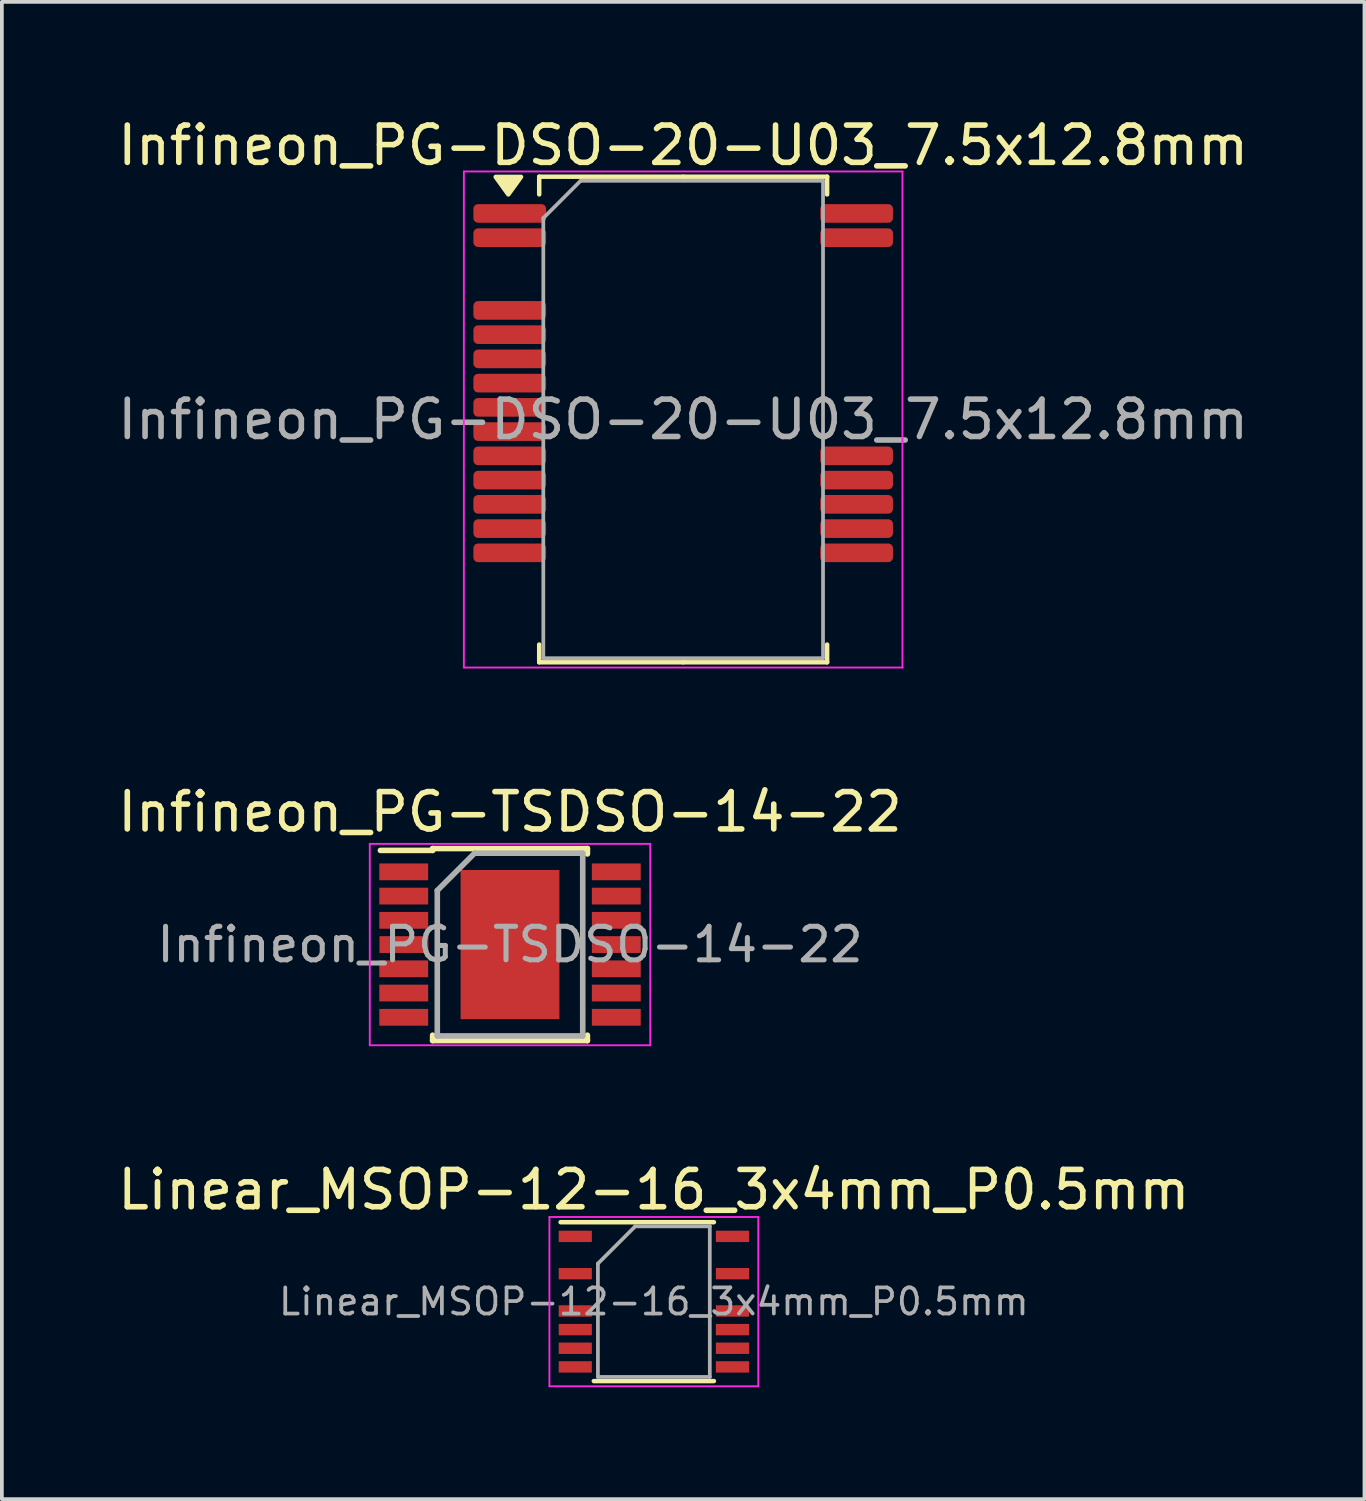
<source format=kicad_pcb>
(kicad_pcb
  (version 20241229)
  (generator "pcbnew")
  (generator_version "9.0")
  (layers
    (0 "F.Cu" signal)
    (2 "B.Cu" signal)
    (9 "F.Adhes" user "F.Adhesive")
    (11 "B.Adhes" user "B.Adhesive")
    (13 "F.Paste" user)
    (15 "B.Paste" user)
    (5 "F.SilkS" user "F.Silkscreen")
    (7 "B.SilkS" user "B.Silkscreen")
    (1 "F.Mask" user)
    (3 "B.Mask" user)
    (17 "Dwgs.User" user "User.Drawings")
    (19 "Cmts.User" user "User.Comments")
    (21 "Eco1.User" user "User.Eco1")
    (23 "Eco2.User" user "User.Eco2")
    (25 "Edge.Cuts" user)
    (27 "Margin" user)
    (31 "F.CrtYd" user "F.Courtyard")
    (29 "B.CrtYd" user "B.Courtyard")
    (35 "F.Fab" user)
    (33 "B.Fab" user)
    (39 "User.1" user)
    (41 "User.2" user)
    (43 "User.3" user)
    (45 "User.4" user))
  (footprint "Infineon_PG-TSDSO-14-22"
    (layer "F.Cu")
    (at 10.625 22.277)
    (property "Reference" "Infineon_PG-TSDSO-14-22" (at 0 -3.556 0) (layer "F.SilkS") (effects (font (size 1 1) (thickness 0.15))))
    (attr smd)
    (fp_line (start -2.075 -2.575) (end -2.075 -2.525) (stroke (width 0.15) (type solid)) (layer "F.SilkS"))
    (fp_line (start -2.075 -2.575) (end 2.075 -2.575) (stroke (width 0.15) (type solid)) (layer "F.SilkS"))
    (fp_line (start -2.075 -2.525) (end -3.475 -2.525) (stroke (width 0.15) (type solid)) (layer "F.SilkS"))
    (fp_line (start -2.075 2.575) (end -2.075 2.43) (stroke (width 0.15) (type solid)) (layer "F.SilkS"))
    (fp_line (start -2.075 2.575) (end 2.075 2.575) (stroke (width 0.15) (type solid)) (layer "F.SilkS"))
    (fp_line (start 2.075 -2.575) (end 2.075 -2.43) (stroke (width 0.15) (type solid)) (layer "F.SilkS"))
    (fp_line (start 2.075 2.575) (end 2.075 2.43) (stroke (width 0.15) (type solid)) (layer "F.SilkS"))
    (fp_line (start -3.76 -2.7) (end -3.76 2.7) (stroke (width 0.05) (type solid)) (layer "F.CrtYd"))
    (fp_line (start -3.76 -2.7) (end 3.76 -2.7) (stroke (width 0.05) (type solid)) (layer "F.CrtYd"))
    (fp_line (start -3.76 2.7) (end 3.76 2.7) (stroke (width 0.05) (type solid)) (layer "F.CrtYd"))
    (fp_line (start 3.76 -2.7) (end 3.76 2.7) (stroke (width 0.05) (type solid)) (layer "F.CrtYd"))
    (fp_line (start -1.95 -1.45) (end -0.95 -2.45) (stroke (width 0.15) (type solid)) (layer "F.Fab"))
    (fp_line (start -1.95 2.45) (end -1.95 -1.45) (stroke (width 0.15) (type solid)) (layer "F.Fab"))
    (fp_line (start -0.95 -2.45) (end 1.95 -2.45) (stroke (width 0.15) (type solid)) (layer "F.Fab"))
    (fp_line (start 1.95 -2.45) (end 1.95 2.45) (stroke (width 0.15) (type solid)) (layer "F.Fab"))
    (fp_line (start 1.95 2.45) (end -1.95 2.45) (stroke (width 0.15) (type solid)) (layer "F.Fab"))
    (fp_text user "${REFERENCE}" (at 0 0 0) (layer "F.Fab") (effects (font (size 0.9 0.9) (thickness 0.135))))
    (pad "" smd rect (at 0 -1.075) (size 2.65 1.85) (layers "F.Paste"))
    (pad "" smd rect (at 0 1.075) (size 2.65 1.85) (layers "F.Paste"))
    (pad "1" smd rect (at -2.85 -1.95) (size 1.31 0.45) (layers "F.Cu" "F.Mask" "F.Paste"))
    (pad "2" smd rect (at -2.85 -1.3) (size 1.31 0.45) (layers "F.Cu" "F.Mask" "F.Paste"))
    (pad "3" smd rect (at -2.85 -0.65) (size 1.31 0.45) (layers "F.Cu" "F.Mask" "F.Paste"))
    (pad "4" smd rect (at -2.845 0) (size 1.31 0.45) (layers "F.Cu" "F.Mask" "F.Paste"))
    (pad "5" smd rect (at -2.85 0.65) (size 1.31 0.45) (layers "F.Cu" "F.Mask" "F.Paste"))
    (pad "6" smd rect (at -2.85 1.3) (size 1.31 0.45) (layers "F.Cu" "F.Mask" "F.Paste"))
    (pad "7" smd rect (at -2.85 1.95) (size 1.31 0.45) (layers "F.Cu" "F.Mask" "F.Paste"))
    (pad "8" smd rect (at 2.85 1.95) (size 1.31 0.45) (layers "F.Cu" "F.Mask" "F.Paste"))
    (pad "9" smd rect (at 2.85 1.3) (size 1.31 0.45) (layers "F.Cu" "F.Mask" "F.Paste"))
    (pad "10" smd rect (at 2.85 0.65) (size 1.31 0.45) (layers "F.Cu" "F.Mask" "F.Paste"))
    (pad "11" smd rect (at 2.85 0) (size 1.31 0.45) (layers "F.Cu" "F.Mask" "F.Paste"))
    (pad "12" smd rect (at 2.85 -0.65) (size 1.31 0.45) (layers "F.Cu" "F.Mask" "F.Paste"))
    (pad "13" smd rect (at 2.85 -1.3) (size 1.31 0.45) (layers "F.Cu" "F.Mask" "F.Paste"))
    (pad "14" smd rect (at 2.85 -1.95) (size 1.31 0.45) (layers "F.Cu" "F.Mask" "F.Paste"))
    (pad "15" smd rect (at 0 0) (size 2.65 4) (layers "F.Cu" "F.Mask")))
  (footprint "Linear_MSOP-12-16_3x4mm_P0.5mm"
    (layer "F.Cu")
    (at 14.482 31.851)
    (property "Reference" "Linear_MSOP-12-16_3x4mm_P0.5mm" (at 0 -3 0) (layer "F.SilkS") (effects (font (size 1 1) (thickness 0.15))))
    (attr smd)
    (fp_line (start -2.5 -2.13) (end 1.61 -2.13) (stroke (width 0.12) (type solid)) (layer "F.SilkS"))
    (fp_line (start -1.61 2.13) (end 1.61 2.13) (stroke (width 0.12) (type solid)) (layer "F.SilkS"))
    (fp_line (start -2.8 -2.27) (end -2.8 2.27) (stroke (width 0.05) (type solid)) (layer "F.CrtYd"))
    (fp_line (start -2.8 -2.27) (end 2.8 -2.27) (stroke (width 0.05) (type solid)) (layer "F.CrtYd"))
    (fp_line (start -2.8 2.27) (end 2.8 2.27) (stroke (width 0.05) (type solid)) (layer "F.CrtYd"))
    (fp_line (start 2.8 -2.27) (end 2.8 2.27) (stroke (width 0.05) (type solid)) (layer "F.CrtYd"))
    (fp_line (start -1.5 -1.02) (end -0.5 -2.019) (stroke (width 0.1) (type solid)) (layer "F.Fab"))
    (fp_line (start -1.5 2.019) (end -1.5 -1.02) (stroke (width 0.1) (type solid)) (layer "F.Fab"))
    (fp_line (start -0.5 -2.019) (end 1.5 -2.019) (stroke (width 0.1) (type solid)) (layer "F.Fab"))
    (fp_line (start 1.5 -2.019) (end 1.5 2.019) (stroke (width 0.1) (type solid)) (layer "F.Fab"))
    (fp_line (start 1.5 2.019) (end -1.5 2.019) (stroke (width 0.1) (type solid)) (layer "F.Fab"))
    (fp_text user "${REFERENCE}" (at 0 0 0) (layer "F.Fab") (effects (font (size 0.7 0.7) (thickness 0.1))))
    (pad "1" smd rect (at -2.107 -1.75) (size 0.889 0.305) (layers "F.Cu" "F.Mask" "F.Paste"))
    (pad "3" smd rect (at -2.107 -0.75) (size 0.889 0.305) (layers "F.Cu" "F.Mask" "F.Paste"))
    (pad "5" smd rect (at -2.107 0.25) (size 0.889 0.305) (layers "F.Cu" "F.Mask" "F.Paste"))
    (pad "6" smd rect (at -2.107 0.75) (size 0.889 0.305) (layers "F.Cu" "F.Mask" "F.Paste"))
    (pad "7" smd rect (at -2.107 1.25) (size 0.889 0.305) (layers "F.Cu" "F.Mask" "F.Paste"))
    (pad "8" smd rect (at -2.107 1.75) (size 0.889 0.305) (layers "F.Cu" "F.Mask" "F.Paste"))
    (pad "9" smd rect (at 2.107 1.75) (size 0.889 0.305) (layers "F.Cu" "F.Mask" "F.Paste"))
    (pad "10" smd rect (at 2.107 1.25) (size 0.889 0.305) (layers "F.Cu" "F.Mask" "F.Paste"))
    (pad "11" smd rect (at 2.107 0.75) (size 0.889 0.305) (layers "F.Cu" "F.Mask" "F.Paste"))
    (pad "12" smd rect (at 2.107 0.25) (size 0.889 0.305) (layers "F.Cu" "F.Mask" "F.Paste"))
    (pad "14" smd rect (at 2.107 -0.75) (size 0.889 0.305) (layers "F.Cu" "F.Mask" "F.Paste"))
    (pad "16" smd rect (at 2.107 -1.75) (size 0.889 0.305) (layers "F.Cu" "F.Mask" "F.Paste")))
  (footprint "Infineon_PG-DSO-20-U03_7.5x12.8mm"
    (layer "F.Cu")
    (at 15.268 8.198)
    (property "Reference" "Infineon_PG-DSO-20-U03_7.5x12.8mm" (at 0 -7.35 0) (layer "F.SilkS") (effects (font (size 1 1) (thickness 0.15))))
    (attr smd)
    (fp_line (start -3.86 -6.51) (end -3.86 -6.035) (stroke (width 0.12) (type solid)) (layer "F.SilkS"))
    (fp_line (start -3.86 6.51) (end -3.86 6.035) (stroke (width 0.12) (type solid)) (layer "F.SilkS"))
    (fp_line (start 0 -6.51) (end -3.86 -6.51) (stroke (width 0.12) (type solid)) (layer "F.SilkS"))
    (fp_line (start 0 -6.51) (end 3.86 -6.51) (stroke (width 0.12) (type solid)) (layer "F.SilkS"))
    (fp_line (start 0 6.51) (end -3.86 6.51) (stroke (width 0.12) (type solid)) (layer "F.SilkS"))
    (fp_line (start 0 6.51) (end 3.86 6.51) (stroke (width 0.12) (type solid)) (layer "F.SilkS"))
    (fp_line (start 3.86 -6.51) (end 3.86 -6.035) (stroke (width 0.12) (type solid)) (layer "F.SilkS"))
    (fp_line (start 3.86 6.51) (end 3.86 6.035) (stroke (width 0.12) (type solid)) (layer "F.SilkS"))
    (fp_poly (pts (xy -4.688 -6.035) (xy -5.027 -6.505) (xy -4.348 -6.505) (xy -4.688 -6.035)) (stroke (width 0.12) (type solid)) (fill yes) (layer "F.SilkS"))
    (fp_line (start -5.88 -6.65) (end -5.88 6.65) (stroke (width 0.05) (type solid)) (layer "F.CrtYd"))
    (fp_line (start -5.88 6.65) (end 5.88 6.65) (stroke (width 0.05) (type solid)) (layer "F.CrtYd"))
    (fp_line (start 5.88 -6.65) (end -5.88 -6.65) (stroke (width 0.05) (type solid)) (layer "F.CrtYd"))
    (fp_line (start 5.88 6.65) (end 5.88 -6.65) (stroke (width 0.05) (type solid)) (layer "F.CrtYd"))
    (fp_line (start -3.75 -5.4) (end -2.75 -6.4) (stroke (width 0.1) (type solid)) (layer "F.Fab"))
    (fp_line (start -3.75 6.4) (end -3.75 -5.4) (stroke (width 0.1) (type solid)) (layer "F.Fab"))
    (fp_line (start -2.75 -6.4) (end 3.75 -6.4) (stroke (width 0.1) (type solid)) (layer "F.Fab"))
    (fp_line (start 3.75 -6.4) (end 3.75 6.4) (stroke (width 0.1) (type solid)) (layer "F.Fab"))
    (fp_line (start 3.75 6.4) (end -3.75 6.4) (stroke (width 0.1) (type solid)) (layer "F.Fab"))
    (fp_text user "${REFERENCE}" (at 0 0 0) (layer "F.Fab") (effects (font (size 1 1) (thickness 0.15))))
    (pad "1" smd roundrect (at -4.65 -5.525) (size 1.95 0.5) (layers "F.Cu" "F.Mask" "F.Paste") (roundrect_rratio 0.25))
    (pad "2" smd roundrect (at -4.65 -4.875) (size 1.95 0.5) (layers "F.Cu" "F.Mask" "F.Paste") (roundrect_rratio 0.25))
    (pad "3" smd roundrect (at -4.65 -2.925) (size 1.95 0.5) (layers "F.Cu" "F.Mask" "F.Paste") (roundrect_rratio 0.25))
    (pad "4" smd roundrect (at -4.65 -2.275) (size 1.95 0.5) (layers "F.Cu" "F.Mask" "F.Paste") (roundrect_rratio 0.25))
    (pad "5" smd roundrect (at -4.65 -1.625) (size 1.95 0.5) (layers "F.Cu" "F.Mask" "F.Paste") (roundrect_rratio 0.25))
    (pad "6" smd roundrect (at -4.65 -0.975) (size 1.95 0.5) (layers "F.Cu" "F.Mask" "F.Paste") (roundrect_rratio 0.25))
    (pad "7" smd roundrect (at -4.65 -0.325) (size 1.95 0.5) (layers "F.Cu" "F.Mask" "F.Paste") (roundrect_rratio 0.25))
    (pad "8" smd roundrect (at -4.65 0.325) (size 1.95 0.5) (layers "F.Cu" "F.Mask" "F.Paste") (roundrect_rratio 0.25))
    (pad "9" smd roundrect (at -4.65 0.975) (size 1.95 0.5) (layers "F.Cu" "F.Mask" "F.Paste") (roundrect_rratio 0.25))
    (pad "10" smd roundrect (at -4.65 1.625) (size 1.95 0.5) (layers "F.Cu" "F.Mask" "F.Paste") (roundrect_rratio 0.25))
    (pad "11" smd roundrect (at -4.65 2.275) (size 1.95 0.5) (layers "F.Cu" "F.Mask" "F.Paste") (roundrect_rratio 0.25))
    (pad "12" smd roundrect (at -4.65 2.925) (size 1.95 0.5) (layers "F.Cu" "F.Mask" "F.Paste") (roundrect_rratio 0.25))
    (pad "13" smd roundrect (at -4.65 3.575) (size 1.95 0.5) (layers "F.Cu" "F.Mask" "F.Paste") (roundrect_rratio 0.25))
    (pad "14" smd roundrect (at 4.65 3.575) (size 1.95 0.5) (layers "F.Cu" "F.Mask" "F.Paste") (roundrect_rratio 0.25))
    (pad "15" smd roundrect (at 4.65 2.925) (size 1.95 0.5) (layers "F.Cu" "F.Mask" "F.Paste") (roundrect_rratio 0.25))
    (pad "16" smd roundrect (at 4.65 2.275) (size 1.95 0.5) (layers "F.Cu" "F.Mask" "F.Paste") (roundrect_rratio 0.25))
    (pad "17" smd roundrect (at 4.65 1.625) (size 1.95 0.5) (layers "F.Cu" "F.Mask" "F.Paste") (roundrect_rratio 0.25))
    (pad "18" smd roundrect (at 4.65 0.975) (size 1.95 0.5) (layers "F.Cu" "F.Mask" "F.Paste") (roundrect_rratio 0.25))
    (pad "19" smd roundrect (at 4.65 -4.875) (size 1.95 0.5) (layers "F.Cu" "F.Mask" "F.Paste") (roundrect_rratio 0.25))
    (pad "20" smd roundrect (at 4.65 -5.525) (size 1.95 0.5) (layers "F.Cu" "F.Mask" "F.Paste") (roundrect_rratio 0.25)))
  (gr_rect
    (start -3 -3)
    (end 33.536 37.146)
    (stroke (width 0.1) (type default))
    (fill no)
    (layer "Edge.Cuts")))
</source>
